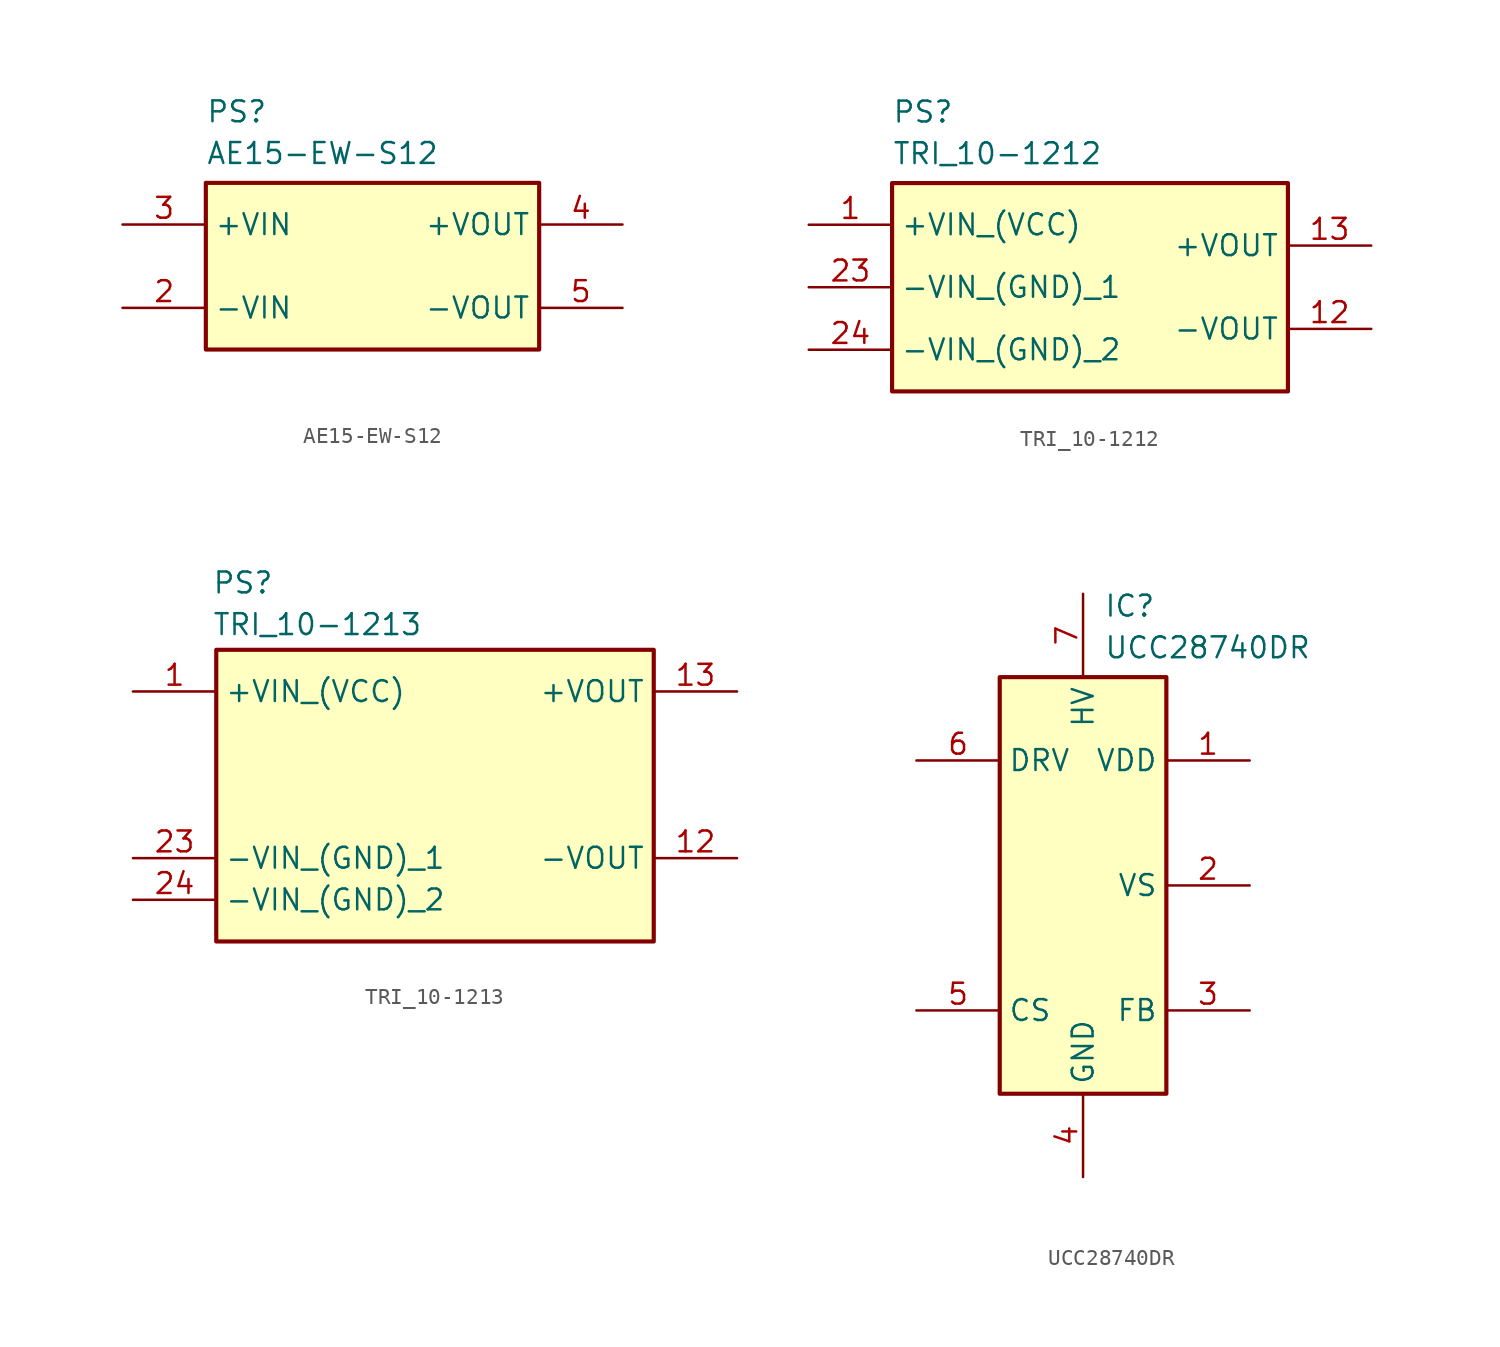
<source format=kicad_sym>
(kicad_symbol_lib
  (version 20231120)
  (generator "kicad_symbol_editor")
  (generator_version "8.0")
  (symbol "AE15-EW-S12"
    (property "Reference" "PS"
      (at -8.89 8.89 0)
      (effects (font (size 1.27 1.27)) (justify left top)))
    (property "Value" "AE15-EW-S12"
      (at -8.89 6.35 0)
      (effects (font (size 1.27 1.27)) (justify left top)))
    (symbol "AE15-EW-S12_1_1"
      (rectangle (start -8.89 3.81) (end 11.43 -6.35) (stroke (width 0.254) (type default)) (fill (type background)))
      (pin no_connect line (at 2.54 -8.89 0) (length 5.08) hide (name "NC" (effects (font (size 1.27 1.27)))) (number "1" (effects (font (size 1.27 1.27)))))
      (pin passive line (at -13.97 -3.81 0) (length 5.08) (name "-VIN" (effects (font (size 1.27 1.27)))) (number "2" (effects (font (size 1.27 1.27)))))
      (pin passive line (at -13.97 1.27 0) (length 5.08) (name "+VIN" (effects (font (size 1.27 1.27)))) (number "3" (effects (font (size 1.27 1.27)))))
      (pin passive line (at 16.51 1.27 180) (length 5.08) (name "+VOUT" (effects (font (size 1.27 1.27)))) (number "4" (effects (font (size 1.27 1.27)))))
      (pin passive line (at 16.51 -3.81 180) (length 5.08) (name "-VOUT" (effects (font (size 1.27 1.27)))) (number "5" (effects (font (size 1.27 1.27)))))))
  (symbol "TRI_10-1212"
    (property "Reference" "PS"
      (at -12.7 11.43 0)
      (effects (font (size 1.27 1.27)) (justify left top)))
    (property "Value" "TRI_10-1212"
      (at -12.7 8.89 0)
      (effects (font (size 1.27 1.27)) (justify left top)))
    (symbol "TRI_10-1212_1_1"
      (rectangle (start -12.7 6.35) (end 11.43 -6.35) (stroke (width 0.254) (type default)) (fill (type background)))
      (pin passive line (at -17.78 3.81 0) (length 5.08) (name "+VIN_(VCC)" (effects (font (size 1.27 1.27)))) (number "1" (effects (font (size 1.27 1.27)))))
      (pin passive line (at 16.51 -2.54 180) (length 5.08) (name "-VOUT" (effects (font (size 1.27 1.27)))) (number "12" (effects (font (size 1.27 1.27)))))
      (pin passive line (at 16.51 2.54 180) (length 5.08) (name "+VOUT" (effects (font (size 1.27 1.27)))) (number "13" (effects (font (size 1.27 1.27)))))
      (pin passive line (at -17.78 0 0) (length 5.08) (name "-VIN_(GND)_1" (effects (font (size 1.27 1.27)))) (number "23" (effects (font (size 1.27 1.27)))))
      (pin passive line (at -17.78 -3.81 0) (length 5.08) (name "-VIN_(GND)_2" (effects (font (size 1.27 1.27)))) (number "24" (effects (font (size 1.27 1.27)))))))
  (symbol "TRI_10-1213"
    (property "Reference" "PS"
      (at -14.224 12.446 0)
      (effects (font (size 1.27 1.27)) (justify left top)))
    (property "Value" "TRI_10-1213"
      (at -14.224 9.906 0)
      (effects (font (size 1.27 1.27)) (justify left top)))
    (symbol "TRI_10-1213_1_1"
      (rectangle (start -13.97 7.62) (end 12.7 -10.16) (stroke (width 0.254) (type default)) (fill (type background)))
      (pin passive line (at -19.05 5.08 0) (length 5.08) (name "+VIN_(VCC)" (effects (font (size 1.27 1.27)))) (number "1" (effects (font (size 1.27 1.27)))))
      (pin passive line (at 17.78 -5.08 180) (length 5.08) (name "-VOUT" (effects (font (size 1.27 1.27)))) (number "12" (effects (font (size 1.27 1.27)))))
      (pin passive line (at 17.78 5.08 180) (length 5.08) (name "+VOUT" (effects (font (size 1.27 1.27)))) (number "13" (effects (font (size 1.27 1.27)))))
      (pin passive line (at -19.05 -5.08 0) (length 5.08) (name "-VIN_(GND)_1" (effects (font (size 1.27 1.27)))) (number "23" (effects (font (size 1.27 1.27)))))
      (pin passive line (at -19.05 -7.62 0) (length 5.08) (name "-VIN_(GND)_2" (effects (font (size 1.27 1.27)))) (number "24" (effects (font (size 1.27 1.27)))))))
  (symbol "UCC28740DR"
    (property "Reference" "IC"
      (at 1.27 17.78 0)
      (effects (font (size 1.27 1.27)) (justify left top)))
    (property "Value" "UCC28740DR"
      (at 1.27 15.24 0)
      (effects (font (size 1.27 1.27)) (justify left top)))
    (symbol "UCC28740DR_1_1"
      (rectangle (start -5.08 12.7) (end 5.08 -12.7) (stroke (width 0.254) (type default)) (fill (type background)))
      (pin passive line (at 10.16 7.62 180) (length 5.08) (name "VDD" (effects (font (size 1.27 1.27)))) (number "1" (effects (font (size 1.27 1.27)))))
      (pin passive line (at 10.16 0 180) (length 5.08) (name "VS" (effects (font (size 1.27 1.27)))) (number "2" (effects (font (size 1.27 1.27)))))
      (pin passive line (at 10.16 -7.62 180) (length 5.08) (name "FB" (effects (font (size 1.27 1.27)))) (number "3" (effects (font (size 1.27 1.27)))))
      (pin passive line (at 0 -17.78 90) (length 5.08) (name "GND" (effects (font (size 1.27 1.27)))) (number "4" (effects (font (size 1.27 1.27)))))
      (pin passive line (at -10.16 -7.62 0) (length 5.08) (name "CS" (effects (font (size 1.27 1.27)))) (number "5" (effects (font (size 1.27 1.27)))))
      (pin passive line (at -10.16 7.62 0) (length 5.08) (name "DRV" (effects (font (size 1.27 1.27)))) (number "6" (effects (font (size 1.27 1.27)))))
      (pin passive line (at 0 17.78 270) (length 5.08) (name "HV" (effects (font (size 1.27 1.27)))) (number "7" (effects (font (size 1.27 1.27))))))))
</source>
